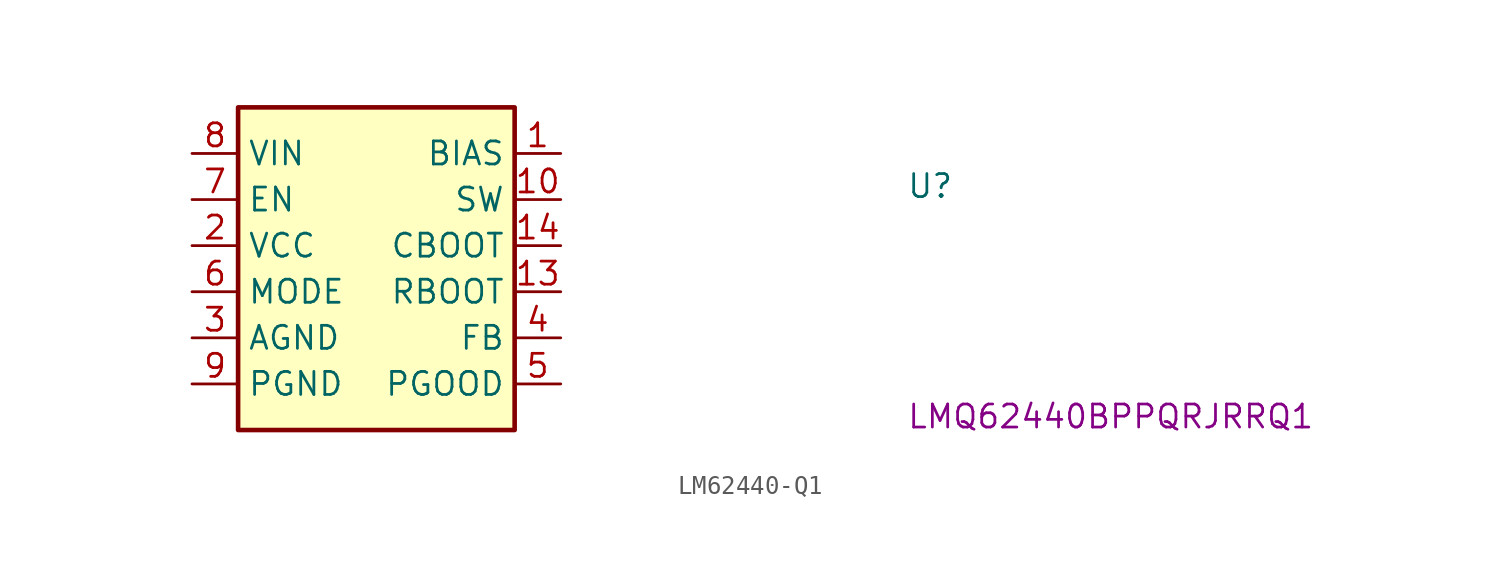
<source format=kicad_sym>
(kicad_symbol_lib
  (version 20220914)
  (generator kicad_symbol_editor)
  (symbol "LM62440-Q1"
    (property "Reference" "U"
      (at 39.37 -2.54 0)
      (effects (font (size 1.27 1.27) (thickness 0.15)) (justify left bottom)))
    (property "MPN" "LMQ62440BPPQRJRRQ1"
      (at 39.37 -15.24 0)
      (effects (font (size 1.27 1.27) (thickness 0.15)) (justify left bottom)))
    (symbol "LM62440-Q1_1_1"
      (rectangle (start 2.54 2.54) (end 17.78 -15.24) (stroke (width 0.254) (type default)) (fill (type background)))
      (pin passive line (at 20.32 0 180) (length 2.54) (name "BIAS" (effects (font (size 1.27 1.27)))) (number "1" (effects (font (size 1.27 1.27)))))
      (pin power_out line (at 20.32 -2.54 180) (length 2.54) (name "SW" (effects (font (size 1.27 1.27)))) (number "10" (effects (font (size 1.27 1.27)))))
      (pin passive line (at 0 -12.7 0) (length 2.54) hide (name "PGND" (effects (font (size 1.27 1.27)))) (number "11" (effects (font (size 1.27 1.27)))))
      (pin passive line (at 0 0 0) (length 2.54) hide (name "VIN" (effects (font (size 1.27 1.27)))) (number "12" (effects (font (size 1.27 1.27)))))
      (pin bidirectional line (at 20.32 -7.62 180) (length 2.54) (name "RBOOT" (effects (font (size 1.27 1.27)))) (number "13" (effects (font (size 1.27 1.27)))))
      (pin bidirectional line (at 20.32 -5.08 180) (length 2.54) (name "CBOOT" (effects (font (size 1.27 1.27)))) (number "14" (effects (font (size 1.27 1.27)))))
      (pin power_out line (at 0 -5.08 0) (length 2.54) (name "VCC" (effects (font (size 1.27 1.27)))) (number "2" (effects (font (size 1.27 1.27)))))
      (pin power_in line (at 0 -10.16 0) (length 2.54) (name "AGND" (effects (font (size 1.27 1.27)))) (number "3" (effects (font (size 1.27 1.27)))))
      (pin input line (at 20.32 -10.16 180) (length 2.54) (name "FB" (effects (font (size 1.27 1.27)))) (number "4" (effects (font (size 1.27 1.27)))))
      (pin open_collector line (at 20.32 -12.7 180) (length 2.54) (name "PGOOD" (effects (font (size 1.27 1.27)))) (number "5" (effects (font (size 1.27 1.27)))))
      (pin input line (at 0 -7.62 0) (length 2.54) (name "MODE" (effects (font (size 1.27 1.27)))) (number "6" (effects (font (size 1.27 1.27)))))
      (pin input line (at 0 -2.54 0) (length 2.54) (name "EN" (effects (font (size 1.27 1.27)))) (number "7" (effects (font (size 1.27 1.27)))))
      (pin power_in line (at 0 0 0) (length 2.54) (name "VIN" (effects (font (size 1.27 1.27)))) (number "8" (effects (font (size 1.27 1.27)))))
      (pin power_in line (at 0 -12.7 0) (length 2.54) (name "PGND" (effects (font (size 1.27 1.27)))) (number "9" (effects (font (size 1.27 1.27))))))))
</source>
